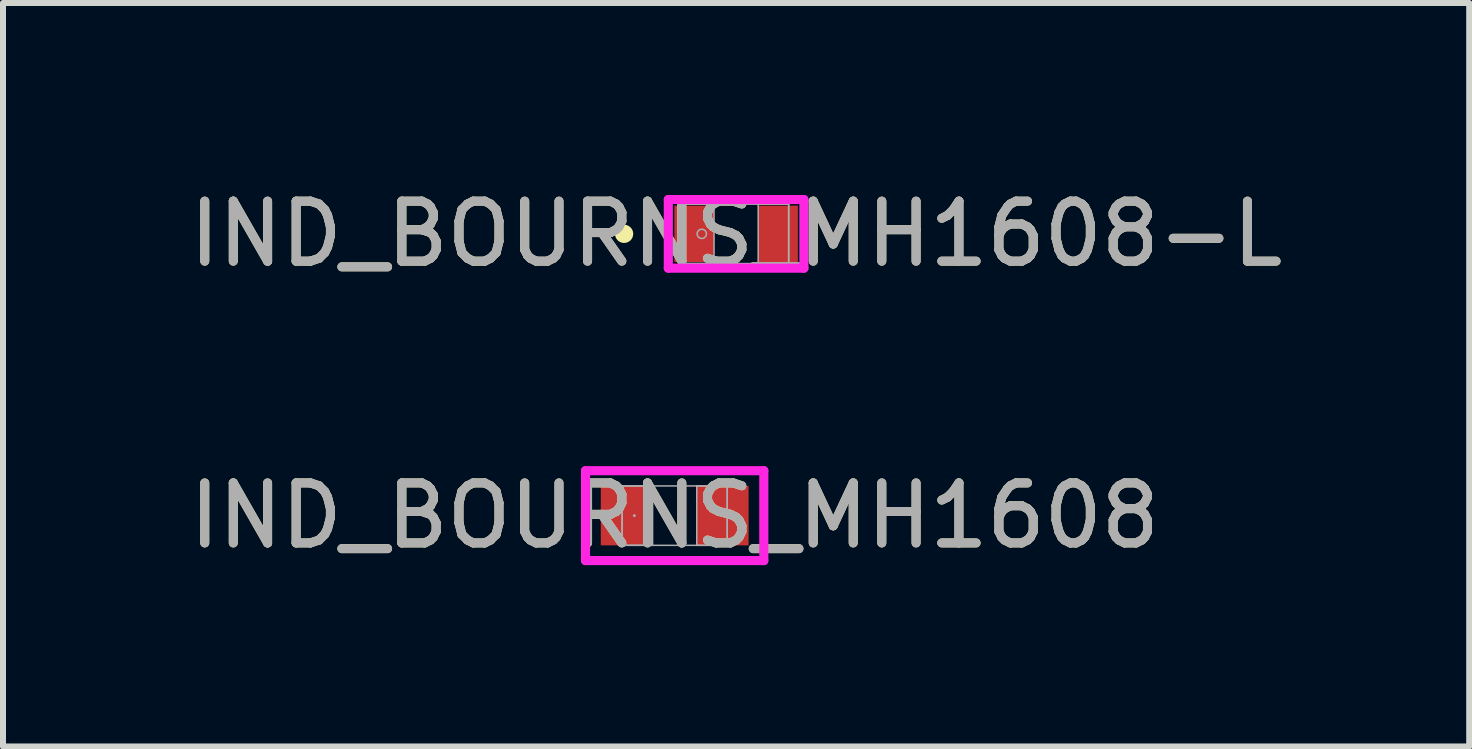
<source format=kicad_pcb>
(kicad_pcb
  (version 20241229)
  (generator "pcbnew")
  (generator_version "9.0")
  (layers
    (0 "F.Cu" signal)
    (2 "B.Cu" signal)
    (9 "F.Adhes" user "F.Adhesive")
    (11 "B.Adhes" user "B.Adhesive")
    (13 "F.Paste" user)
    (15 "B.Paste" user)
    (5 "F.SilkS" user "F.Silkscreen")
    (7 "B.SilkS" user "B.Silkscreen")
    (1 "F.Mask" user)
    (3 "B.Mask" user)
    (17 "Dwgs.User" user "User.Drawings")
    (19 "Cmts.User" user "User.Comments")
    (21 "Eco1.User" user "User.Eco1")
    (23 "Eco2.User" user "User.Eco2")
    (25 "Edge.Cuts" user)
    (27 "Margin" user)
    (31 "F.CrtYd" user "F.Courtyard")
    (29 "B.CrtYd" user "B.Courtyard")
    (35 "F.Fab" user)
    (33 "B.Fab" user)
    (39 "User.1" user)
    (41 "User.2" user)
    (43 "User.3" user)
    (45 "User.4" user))
  (footprint "IND_BOURNS_MH1608-L"
    (layer "F.Cu")
    (at 9.22 0.848)
    (property "Reference" "IND_BOURNS_MH1608-L" (at 0 0 0) (unlocked yes) (layer "F.SilkS") (effects (font (size 1 1) (thickness 0.15))))
    (attr smd)
    (fp_circle (center -1.867 0) (end -1.791 0) (stroke (width 0.152) (type solid)) (fill no) (layer "F.SilkS"))
    (fp_line (start -1.13 -0.572) (end 1.13 -0.572) (stroke (width 0.152) (type solid)) (layer "F.CrtYd"))
    (fp_line (start -1.13 0.572) (end -1.13 -0.572) (stroke (width 0.152) (type solid)) (layer "F.CrtYd"))
    (fp_line (start 1.13 -0.572) (end 1.13 0.572) (stroke (width 0.152) (type solid)) (layer "F.CrtYd"))
    (fp_line (start 1.13 0.572) (end -1.13 0.572) (stroke (width 0.152) (type solid)) (layer "F.CrtYd"))
    (fp_line (start -0.876 -0.495) (end -0.876 0.495) (stroke (width 0.025) (type solid)) (layer "F.Fab"))
    (fp_line (start -0.876 -0.495) (end -0.876 0.495) (stroke (width 0.025) (type solid)) (layer "F.Fab"))
    (fp_line (start -0.876 0.495) (end -0.368 0.495) (stroke (width 0.025) (type solid)) (layer "F.Fab"))
    (fp_line (start -0.876 0.495) (end 0.876 0.495) (stroke (width 0.025) (type solid)) (layer "F.Fab"))
    (fp_line (start -0.368 -0.495) (end -0.876 -0.495) (stroke (width 0.025) (type solid)) (layer "F.Fab"))
    (fp_line (start -0.368 0.495) (end -0.368 -0.495) (stroke (width 0.025) (type solid)) (layer "F.Fab"))
    (fp_line (start 0.368 -0.495) (end 0.368 0.495) (stroke (width 0.025) (type solid)) (layer "F.Fab"))
    (fp_line (start 0.368 0.495) (end 0.876 0.495) (stroke (width 0.025) (type solid)) (layer "F.Fab"))
    (fp_line (start 0.876 -0.495) (end -0.876 -0.495) (stroke (width 0.025) (type solid)) (layer "F.Fab"))
    (fp_line (start 0.876 -0.495) (end 0.368 -0.495) (stroke (width 0.025) (type solid)) (layer "F.Fab"))
    (fp_line (start 0.876 0.495) (end 0.876 -0.495) (stroke (width 0.025) (type solid)) (layer "F.Fab"))
    (fp_line (start 0.876 0.495) (end 0.876 -0.495) (stroke (width 0.025) (type solid)) (layer "F.Fab"))
    (fp_circle (center -0.572 0) (end -0.495 0) (stroke (width 0.025) (type solid)) (fill no) (layer "F.Fab"))
    (fp_text user "${REFERENCE}" (at 0 0 0) (unlocked yes) (layer "F.Fab") (effects (font (size 1 1) (thickness 0.15))))
    (pad "1" smd rect (at -0.699 0) (size 0.66 0.94) (layers "F.Cu" "F.Mask" "F.Paste"))
    (pad "2" smd rect (at 0.699 0) (size 0.66 0.94) (layers "F.Cu" "F.Mask" "F.Paste"))
    (zone (net_name "") (layer "F.Cu") (hatch full 0.508) (connect_pads) (min_thickness 0.254) (filled_areas_thickness no) (keepout (tracks not_allowed) (vias not_allowed) (pads allowed) (copperpour not_allowed) (footprints allowed)) (placement (enabled no)) (fill) (polygon (pts (xy 8.903 0.404) (xy 9.538 0.404) (xy 9.538 1.293) (xy 8.903 1.293)))))
  (footprint "IND_BOURNS_MH1608"
    (layer "F.Cu")
    (at 8.196 5.545)
    (property "Reference" "IND_BOURNS_MH1608" (at 0 0 0) (unlocked yes) (layer "F.SilkS") (effects (font (size 1 1) (thickness 0.15))))
    (attr smd)
    (fp_line (start -1.486 -0.749) (end 1.486 -0.749) (stroke (width 0.152) (type solid)) (layer "F.CrtYd"))
    (fp_line (start -1.486 0.749) (end -1.486 -0.749) (stroke (width 0.152) (type solid)) (layer "F.CrtYd"))
    (fp_line (start 1.486 -0.749) (end 1.486 0.749) (stroke (width 0.152) (type solid)) (layer "F.CrtYd"))
    (fp_line (start 1.486 0.749) (end -1.486 0.749) (stroke (width 0.152) (type solid)) (layer "F.CrtYd"))
    (fp_line (start -0.876 -0.495) (end -0.876 0.495) (stroke (width 0.025) (type solid)) (layer "F.Fab"))
    (fp_line (start -0.876 -0.495) (end -0.876 0.495) (stroke (width 0.025) (type solid)) (layer "F.Fab"))
    (fp_line (start -0.876 0.495) (end -0.368 0.495) (stroke (width 0.025) (type solid)) (layer "F.Fab"))
    (fp_line (start -0.876 0.495) (end 0.876 0.495) (stroke (width 0.025) (type solid)) (layer "F.Fab"))
    (fp_line (start -0.368 -0.495) (end -0.876 -0.495) (stroke (width 0.025) (type solid)) (layer "F.Fab"))
    (fp_line (start -0.368 0.495) (end -0.368 -0.495) (stroke (width 0.025) (type solid)) (layer "F.Fab"))
    (fp_line (start 0.368 -0.495) (end 0.368 0.495) (stroke (width 0.025) (type solid)) (layer "F.Fab"))
    (fp_line (start 0.368 0.495) (end 0.876 0.495) (stroke (width 0.025) (type solid)) (layer "F.Fab"))
    (fp_line (start 0.876 -0.495) (end -0.876 -0.495) (stroke (width 0.025) (type solid)) (layer "F.Fab"))
    (fp_line (start 0.876 -0.495) (end 0.368 -0.495) (stroke (width 0.025) (type solid)) (layer "F.Fab"))
    (fp_line (start 0.876 0.495) (end 0.876 -0.495) (stroke (width 0.025) (type solid)) (layer "F.Fab"))
    (fp_line (start 0.876 0.495) (end 0.876 -0.495) (stroke (width 0.025) (type solid)) (layer "F.Fab"))
    (fp_circle (center -0.673 0) (end -0.673 0) (stroke (width 0.025) (type solid)) (fill no) (layer "F.Fab"))
    (fp_text user "${REFERENCE}" (at 0 0 0) (unlocked yes) (layer "F.Fab") (effects (font (size 1 1) (thickness 0.15))))
    (pad "1" smd rect (at -0.8 0) (size 0.864 0.991) (layers "F.Cu" "F.Mask" "F.Paste"))
    (pad "2" smd rect (at 0.8 0) (size 0.864 0.991) (layers "F.Cu" "F.Mask" "F.Paste"))
    (zone (net_name "") (layer "F.Cu") (hatch full 0.508) (connect_pads) (min_thickness 0.254) (filled_areas_thickness no) (keepout (tracks not_allowed) (vias not_allowed) (pads allowed) (copperpour not_allowed) (footprints allowed)) (placement (enabled no)) (fill) (polygon (pts (xy 7.879 5.1) (xy 8.514 5.1) (xy 8.514 5.989) (xy 7.879 5.989)))))
  (gr_rect
    (start -3 -3)
    (end 21.44 9.393)
    (stroke (width 0.1) (type default))
    (fill no)
    (layer "Edge.Cuts")))
</source>
